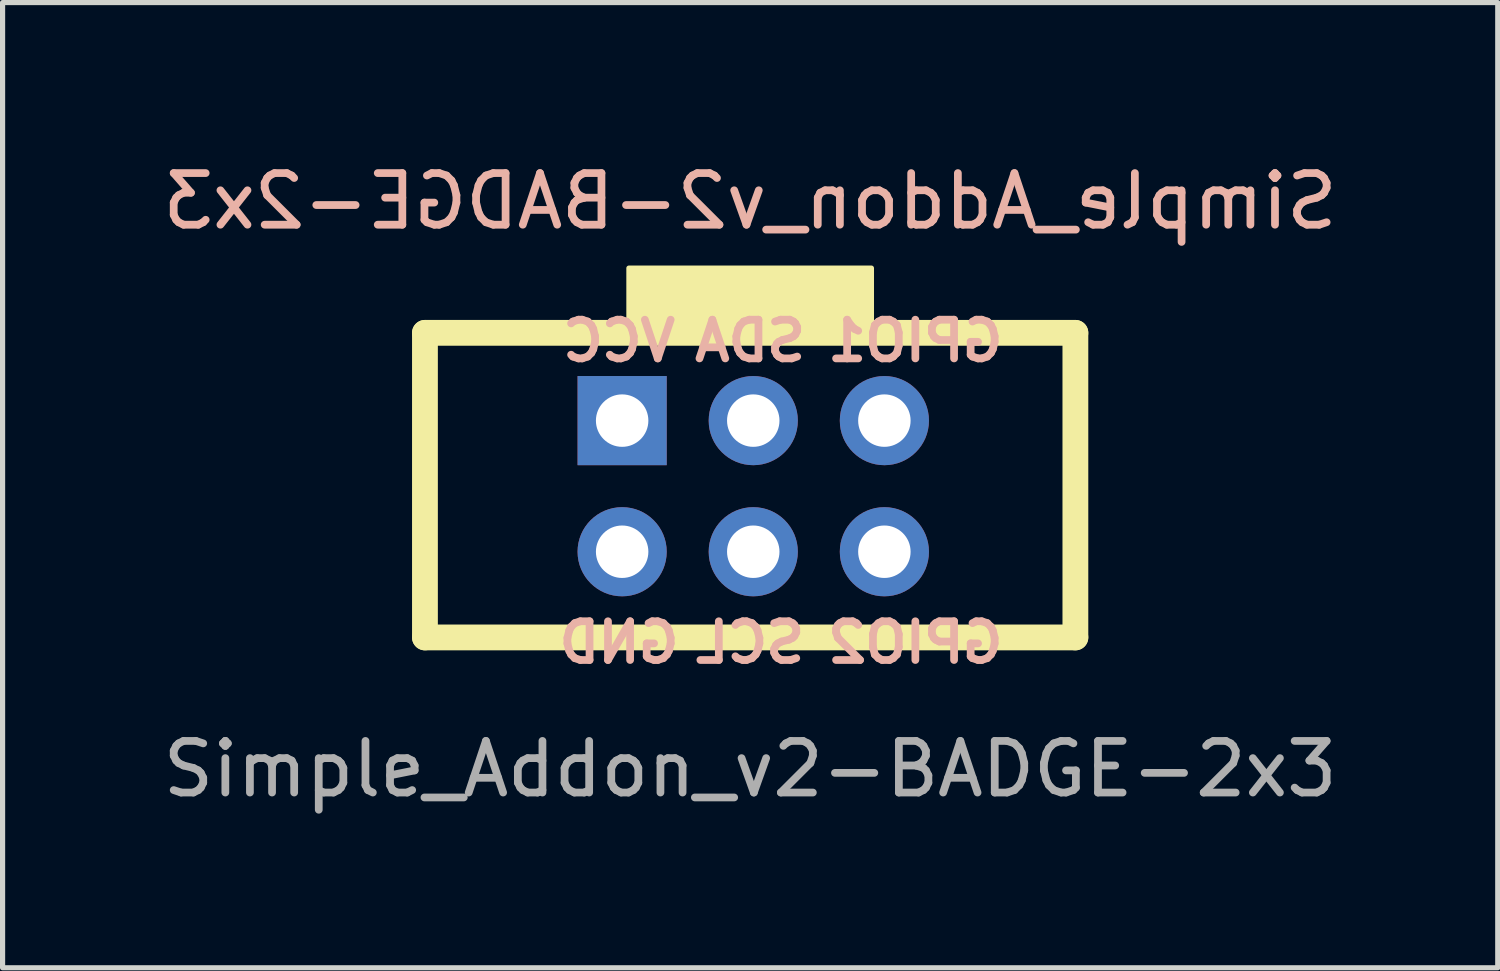
<source format=kicad_pcb>
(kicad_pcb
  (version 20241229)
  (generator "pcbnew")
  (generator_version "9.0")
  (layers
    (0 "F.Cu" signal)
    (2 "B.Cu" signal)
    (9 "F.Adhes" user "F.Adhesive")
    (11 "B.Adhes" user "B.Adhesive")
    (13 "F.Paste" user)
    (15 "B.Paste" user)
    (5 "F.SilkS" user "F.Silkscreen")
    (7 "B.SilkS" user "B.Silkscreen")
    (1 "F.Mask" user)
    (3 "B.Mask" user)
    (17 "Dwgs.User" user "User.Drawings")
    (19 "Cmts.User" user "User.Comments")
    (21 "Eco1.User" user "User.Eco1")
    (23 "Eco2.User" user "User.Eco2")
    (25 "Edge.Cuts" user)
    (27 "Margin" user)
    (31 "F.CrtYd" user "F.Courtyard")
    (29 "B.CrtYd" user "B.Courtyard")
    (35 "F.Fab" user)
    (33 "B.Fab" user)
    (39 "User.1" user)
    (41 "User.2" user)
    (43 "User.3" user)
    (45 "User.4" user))
  (footprint "Simple_Addon_v2-BADGE-2x3"
    (layer "F.Cu")
    (at 11.482 6.348)
    (property "Reference" "Simple_Addon_v2-BADGE-2x3" (at 0 -5.5 0) (layer "B.SilkS") (effects (font (size 1 1) (thickness 0.15)) (justify mirror)))
    (attr through_hole)
    (fp_line (start -6.3 -2.95) (end 6.3 -2.95) (stroke (width 0.5) (type solid)) (layer "F.SilkS"))
    (fp_line (start -6.3 2.95) (end -6.3 -2.95) (stroke (width 0.5) (type solid)) (layer "F.SilkS"))
    (fp_line (start 6.3 -2.95) (end 6.3 2.95) (stroke (width 0.5) (type solid)) (layer "F.SilkS"))
    (fp_line (start 6.3 2.95) (end -6.3 2.95) (stroke (width 0.5) (type solid)) (layer "F.SilkS"))
    (fp_poly (pts (xy 2.349 -3.061) (xy -2.349 -3.061) (xy -2.349 -4.204) (xy 2.349 -4.204)) (stroke (width 0.1) (type solid)) (fill yes) (layer "F.SilkS"))
    (fp_text user "SDA" (at 0 -2.794 0) (layer "B.SilkS") (effects (font (size 0.75 0.75) (thickness 0.15)) (justify mirror)))
    (fp_text user "GPIO2" (at 3.2 3.048 0) (layer "B.SilkS") (effects (font (size 0.75 0.75) (thickness 0.15)) (justify mirror)))
    (fp_text user "SCL" (at 0 3.048 0) (layer "B.SilkS") (effects (font (size 0.75 0.75) (thickness 0.15)) (justify mirror)))
    (fp_text user "VCC" (at -2.54 -2.794 0) (layer "B.SilkS") (effects (font (size 0.75 0.75) (thickness 0.15)) (justify mirror)))
    (fp_text user "GND" (at -2.54 3.048 0) (layer "B.SilkS") (effects (font (size 0.75 0.75) (thickness 0.15)) (justify mirror)))
    (fp_text user "GPIO1" (at 3.2 -2.794 0) (layer "B.SilkS") (effects (font (size 0.75 0.75) (thickness 0.15)) (justify mirror)))
    (fp_text user "${REFERENCE}" (at 0 5.5 0) (layer "F.Fab") (effects (font (size 1 1) (thickness 0.15))))
    (pad "1" thru_hole rect (at -2.48 -1.25 270) (size 1.727 1.727) (drill 1.016) (layers "*.Cu" "*.Mask"))
    (pad "2" thru_hole circle (at -2.48 1.29 270) (size 1.727 1.727) (drill 1.016) (layers "*.Cu" "*.Mask"))
    (pad "3" thru_hole oval (at 0.06 -1.25 270) (size 1.727 1.727) (drill 1.016) (layers "*.Cu" "*.Mask"))
    (pad "4" thru_hole oval (at 0.06 1.29 270) (size 1.727 1.727) (drill 1.016) (layers "*.Cu" "*.Mask"))
    (pad "5" thru_hole circle (at 2.6 -1.25 270) (size 1.727 1.727) (drill 1.016) (layers "*.Cu" "*.Mask"))
    (pad "6" thru_hole circle (at 2.6 1.29 270) (size 1.727 1.727) (drill 1.016) (layers "*.Cu" "*.Mask")))
  (gr_rect
    (start -3 -3)
    (end 25.964 15.697)
    (stroke (width 0.1) (type default))
    (fill no)
    (layer "Edge.Cuts")))
</source>
